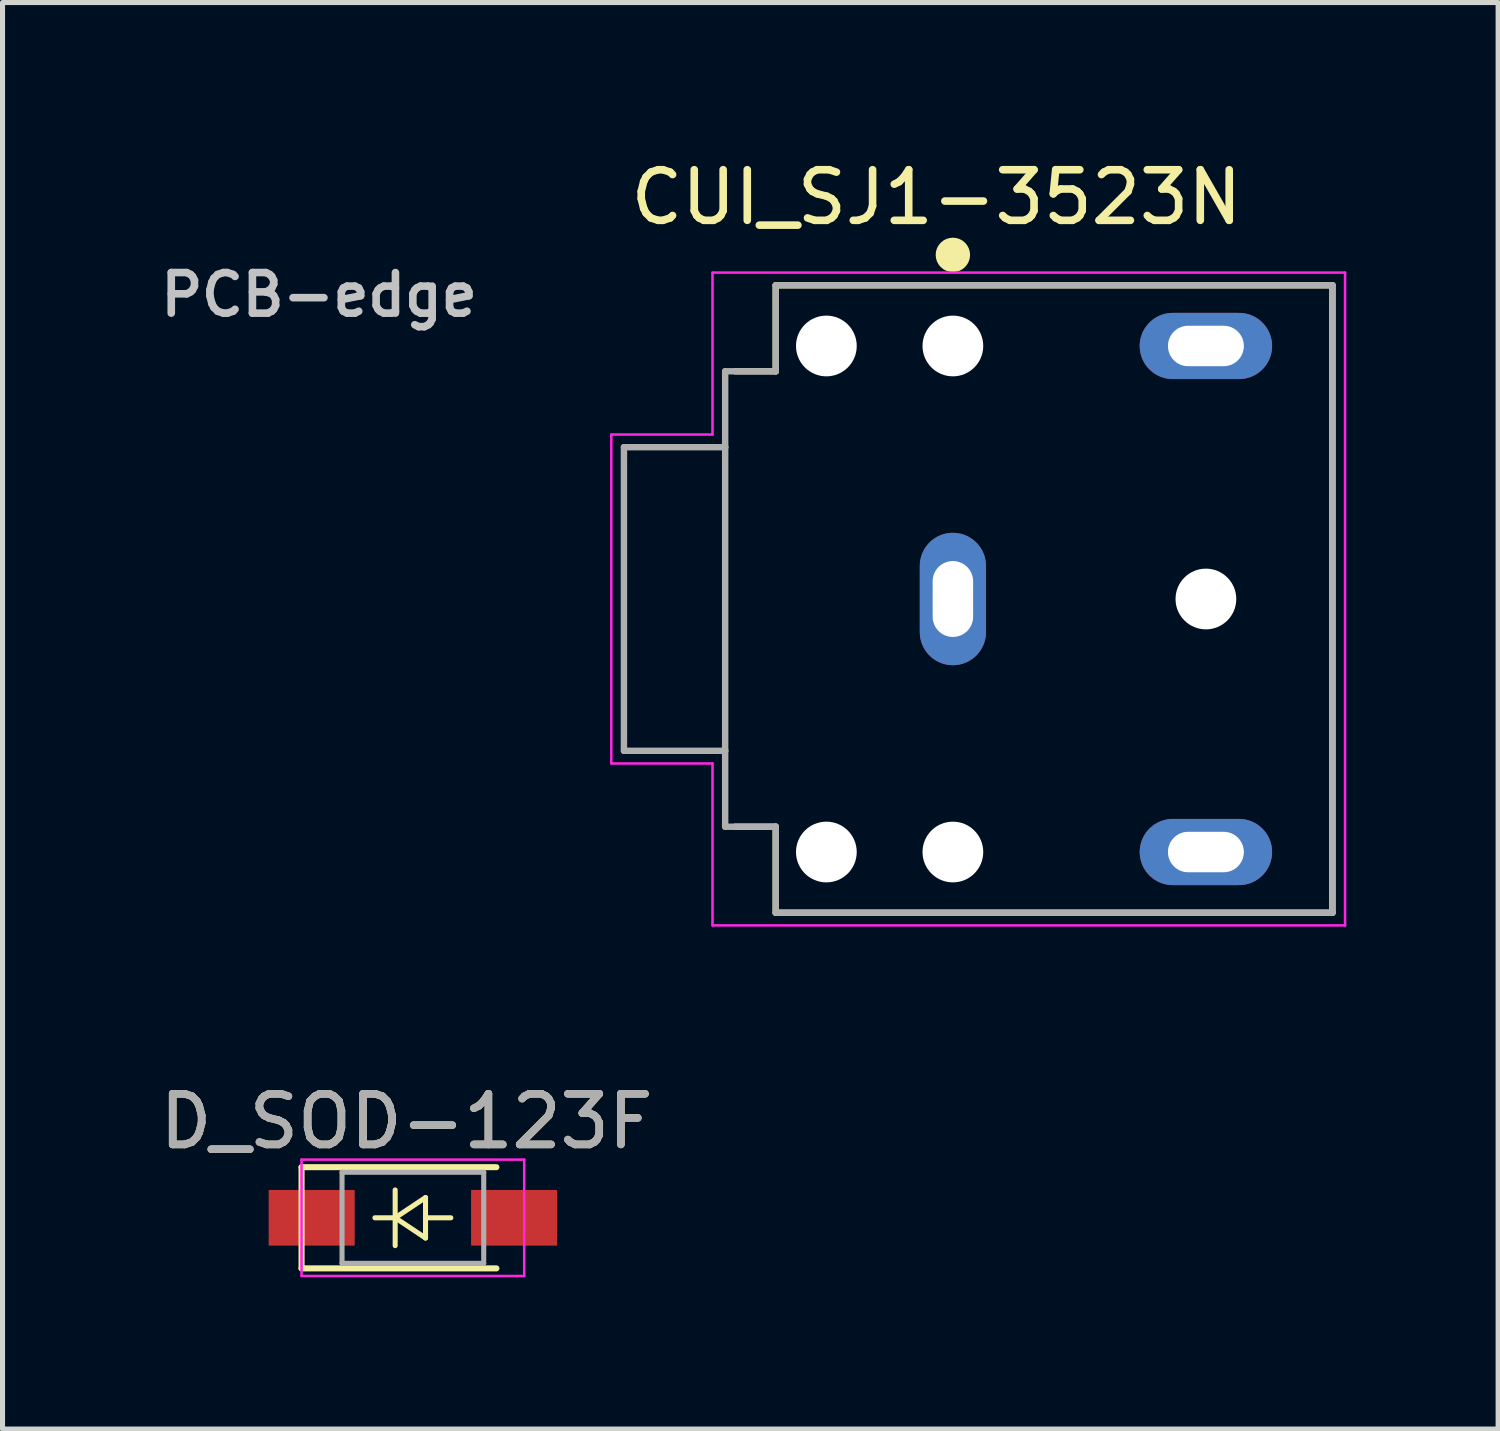
<source format=kicad_pcb>
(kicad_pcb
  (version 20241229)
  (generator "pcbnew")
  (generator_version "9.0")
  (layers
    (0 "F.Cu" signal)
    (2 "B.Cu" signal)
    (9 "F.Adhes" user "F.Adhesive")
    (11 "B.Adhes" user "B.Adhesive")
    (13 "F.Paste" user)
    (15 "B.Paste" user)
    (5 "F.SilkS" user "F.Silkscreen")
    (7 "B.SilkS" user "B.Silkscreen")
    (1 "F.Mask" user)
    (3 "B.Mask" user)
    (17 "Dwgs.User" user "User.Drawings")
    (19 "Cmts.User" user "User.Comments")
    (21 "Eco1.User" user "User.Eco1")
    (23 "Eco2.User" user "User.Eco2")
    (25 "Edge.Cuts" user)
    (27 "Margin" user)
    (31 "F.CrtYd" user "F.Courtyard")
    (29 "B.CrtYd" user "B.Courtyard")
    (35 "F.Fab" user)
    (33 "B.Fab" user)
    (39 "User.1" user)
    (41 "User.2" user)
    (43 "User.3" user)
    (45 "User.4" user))
  (footprint "CUI_SJ1-3523N"
    (layer "F.Cu")
    (at 15.78 8.787)
    (property "Reference" "CUI_SJ1-3523N" (at -0.325 -7.938 0) (layer "F.SilkS") (effects (font (size 1 1) (thickness 0.15))))
    (attr through_hole)
    (fp_line (start -3.5 -6.2) (end -3.5 -4.5) (stroke (width 0.127) (type solid)) (layer "F.SilkS"))
    (fp_line (start -3.5 -4.5) (end -4.3 -4.5) (stroke (width 0.127) (type solid)) (layer "F.SilkS"))
    (fp_line (start -3.5 4.5) (end -4.3 4.5) (stroke (width 0.127) (type solid)) (layer "F.SilkS"))
    (fp_line (start -3.5 4.5) (end -3.5 6.2) (stroke (width 0.127) (type solid)) (layer "F.SilkS"))
    (fp_line (start 7.5 -6.2) (end -3.5 -6.2) (stroke (width 0.127) (type solid)) (layer "F.SilkS"))
    (fp_line (start 7.5 -6.2) (end 7.5 6.2) (stroke (width 0.127) (type solid)) (layer "F.SilkS"))
    (fp_line (start 7.5 6.2) (end -3.5 6.2) (stroke (width 0.127) (type solid)) (layer "F.SilkS"))
    (fp_circle (center 0 -6.8) (end 0.17 -6.8) (stroke (width 0.34) (type solid)) (fill no) (layer "F.SilkS"))
    (fp_line (start -4.5 -6) (end -4.5 -2) (stroke (width 0.0001) (type solid)) (layer "Edge.Cuts"))
    (fp_line (start -4.5 -2) (end -3.3 -2) (stroke (width 0.0001) (type solid)) (layer "Edge.Cuts"))
    (fp_line (start -4.5 2) (end -4.5 6) (stroke (width 0.0001) (type solid)) (layer "Edge.Cuts"))
    (fp_line (start -3.3 -2) (end -3.3 2) (stroke (width 0.0001) (type solid)) (layer "Edge.Cuts"))
    (fp_line (start -3.3 2) (end -4.5 2) (stroke (width 0.0001) (type solid)) (layer "Edge.Cuts"))
    (fp_line (start -6.75 -3.25) (end -6.75 3.25) (stroke (width 0.05) (type solid)) (layer "F.CrtYd"))
    (fp_line (start -6.75 3.25) (end -4.75 3.25) (stroke (width 0.05) (type solid)) (layer "F.CrtYd"))
    (fp_line (start -4.75 -6.45) (end -4.75 -3.25) (stroke (width 0.05) (type solid)) (layer "F.CrtYd"))
    (fp_line (start -4.75 -6.45) (end 7.75 -6.45) (stroke (width 0.05) (type solid)) (layer "F.CrtYd"))
    (fp_line (start -4.75 -3.25) (end -6.75 -3.25) (stroke (width 0.05) (type solid)) (layer "F.CrtYd"))
    (fp_line (start -4.75 3.25) (end -4.75 6.45) (stroke (width 0.05) (type solid)) (layer "F.CrtYd"))
    (fp_line (start 7.75 -6.45) (end 7.75 6.45) (stroke (width 0.05) (type solid)) (layer "F.CrtYd"))
    (fp_line (start 7.75 6.45) (end -4.75 6.45) (stroke (width 0.05) (type solid)) (layer "F.CrtYd"))
    (fp_line (start -6.5 -3) (end -6.5 3) (stroke (width 0.127) (type solid)) (layer "F.Fab"))
    (fp_line (start -6.5 3) (end -4.5 3) (stroke (width 0.127) (type solid)) (layer "F.Fab"))
    (fp_line (start -4.5 -4.5) (end -4.5 -3) (stroke (width 0.127) (type solid)) (layer "F.Fab"))
    (fp_line (start -4.5 -3) (end -6.5 -3) (stroke (width 0.127) (type solid)) (layer "F.Fab"))
    (fp_line (start -4.5 -3) (end -4.5 3) (stroke (width 0.127) (type solid)) (layer "F.Fab"))
    (fp_line (start -4.5 3) (end -4.5 4.5) (stroke (width 0.127) (type solid)) (layer "F.Fab"))
    (fp_line (start -4.5 4.5) (end -3.5 4.5) (stroke (width 0.127) (type solid)) (layer "F.Fab"))
    (fp_line (start -3.5 -6.2) (end -3.5 -4.5) (stroke (width 0.127) (type solid)) (layer "F.Fab"))
    (fp_line (start -3.5 -4.5) (end -4.5 -4.5) (stroke (width 0.127) (type solid)) (layer "F.Fab"))
    (fp_line (start -3.5 4.5) (end -3.5 6.2) (stroke (width 0.127) (type solid)) (layer "F.Fab"))
    (fp_line (start 7.5 -6.2) (end -3.5 -6.2) (stroke (width 0.127) (type solid)) (layer "F.Fab"))
    (fp_line (start 7.5 -6.2) (end 7.5 6.2) (stroke (width 0.127) (type solid)) (layer "F.Fab"))
    (fp_line (start 7.5 6.2) (end -3.5 6.2) (stroke (width 0.127) (type solid)) (layer "F.Fab"))
    (fp_text user "PCB-edge" (at -12.524 -6.012 0) (layer "Dwgs.User") (effects (font (size 0.802 0.802) (thickness 0.15))))
    (pad "" np_thru_hole circle (at -2.5 -5) (size 1.2 1.2) (drill 1.2) (layers "*.Cu" "*.Mask"))
    (pad "" np_thru_hole circle (at -2.5 5) (size 1.2 1.2) (drill 1.2) (layers "*.Cu" "*.Mask"))
    (pad "" np_thru_hole circle (at 0 -5) (size 1.2 1.2) (drill 1.2) (layers "*.Cu" "*.Mask"))
    (pad "" np_thru_hole circle (at 0 5) (size 1.2 1.2) (drill 1.2) (layers "*.Cu" "*.Mask"))
    (pad "" np_thru_hole circle (at 5 0) (size 1.2 1.2) (drill 1.2) (layers "*.Cu" "*.Mask"))
    (pad "1" thru_hole oval (at 0 0) (size 1.308 2.616) (drill oval 0.8 1.5) (layers "*.Cu" "*.Mask"))
    (pad "2" thru_hole oval (at 5 5) (size 2.616 1.308) (drill oval 1.5 0.8) (layers "*.Cu" "*.Mask"))
    (pad "3" thru_hole oval (at 5 -5) (size 2.616 1.308) (drill oval 1.5 0.8) (layers "*.Cu" "*.Mask")))
  (footprint "D_SOD-123F"
    (layer "F.Cu")
    (at 5.109 21.015)
    (property "Reference" "D_SOD-123F" (at -0.127 -1.905 0) (layer "F.SilkS") (effects (font (size 1 1) (thickness 0.15))))
    (attr smd)
    (fp_line (start -2.2 -1) (end -2.2 1) (stroke (width 0.12) (type solid)) (layer "F.SilkS"))
    (fp_line (start -2.2 -1) (end 1.65 -1) (stroke (width 0.12) (type solid)) (layer "F.SilkS"))
    (fp_line (start -2.2 1) (end 1.65 1) (stroke (width 0.12) (type solid)) (layer "F.SilkS"))
    (fp_line (start -0.75 0) (end -0.35 0) (stroke (width 0.1) (type solid)) (layer "F.SilkS"))
    (fp_line (start -0.35 0) (end -0.35 -0.55) (stroke (width 0.1) (type solid)) (layer "F.SilkS"))
    (fp_line (start -0.35 0) (end -0.35 0.55) (stroke (width 0.1) (type solid)) (layer "F.SilkS"))
    (fp_line (start -0.35 0) (end 0.25 -0.4) (stroke (width 0.1) (type solid)) (layer "F.SilkS"))
    (fp_line (start 0.25 -0.4) (end 0.25 0.4) (stroke (width 0.1) (type solid)) (layer "F.SilkS"))
    (fp_line (start 0.25 0) (end 0.75 0) (stroke (width 0.1) (type solid)) (layer "F.SilkS"))
    (fp_line (start 0.25 0.4) (end -0.35 0) (stroke (width 0.1) (type solid)) (layer "F.SilkS"))
    (fp_line (start -2.2 -1.15) (end -2.2 1.15) (stroke (width 0.05) (type solid)) (layer "F.CrtYd"))
    (fp_line (start -2.2 -1.15) (end 2.2 -1.15) (stroke (width 0.05) (type solid)) (layer "F.CrtYd"))
    (fp_line (start 2.2 -1.15) (end 2.2 1.15) (stroke (width 0.05) (type solid)) (layer "F.CrtYd"))
    (fp_line (start 2.2 1.15) (end -2.2 1.15) (stroke (width 0.05) (type solid)) (layer "F.CrtYd"))
    (fp_line (start -1.4 -0.9) (end 1.4 -0.9) (stroke (width 0.1) (type solid)) (layer "F.Fab"))
    (fp_line (start -1.4 0.9) (end -1.4 -0.9) (stroke (width 0.1) (type solid)) (layer "F.Fab"))
    (fp_line (start 1.4 -0.9) (end 1.4 0.9) (stroke (width 0.1) (type solid)) (layer "F.Fab"))
    (fp_line (start 1.4 0.9) (end -1.4 0.9) (stroke (width 0.1) (type solid)) (layer "F.Fab"))
    (fp_text user "${REFERENCE}" (at -0.127 -1.905 0) (layer "F.Fab") (effects (font (size 1 1) (thickness 0.15))))
    (pad "1" smd rect (at -2 0) (size 1.7 1.1) (layers "F.Cu" "F.Mask" "F.Paste"))
    (pad "2" smd rect (at 2 0) (size 1.7 1.1) (layers "F.Cu" "F.Mask" "F.Paste")))
  (gr_rect
    (start -3 -3)
    (end 26.555 25.19)
    (stroke (width 0.1) (type default))
    (fill no)
    (layer "Edge.Cuts")))
</source>
